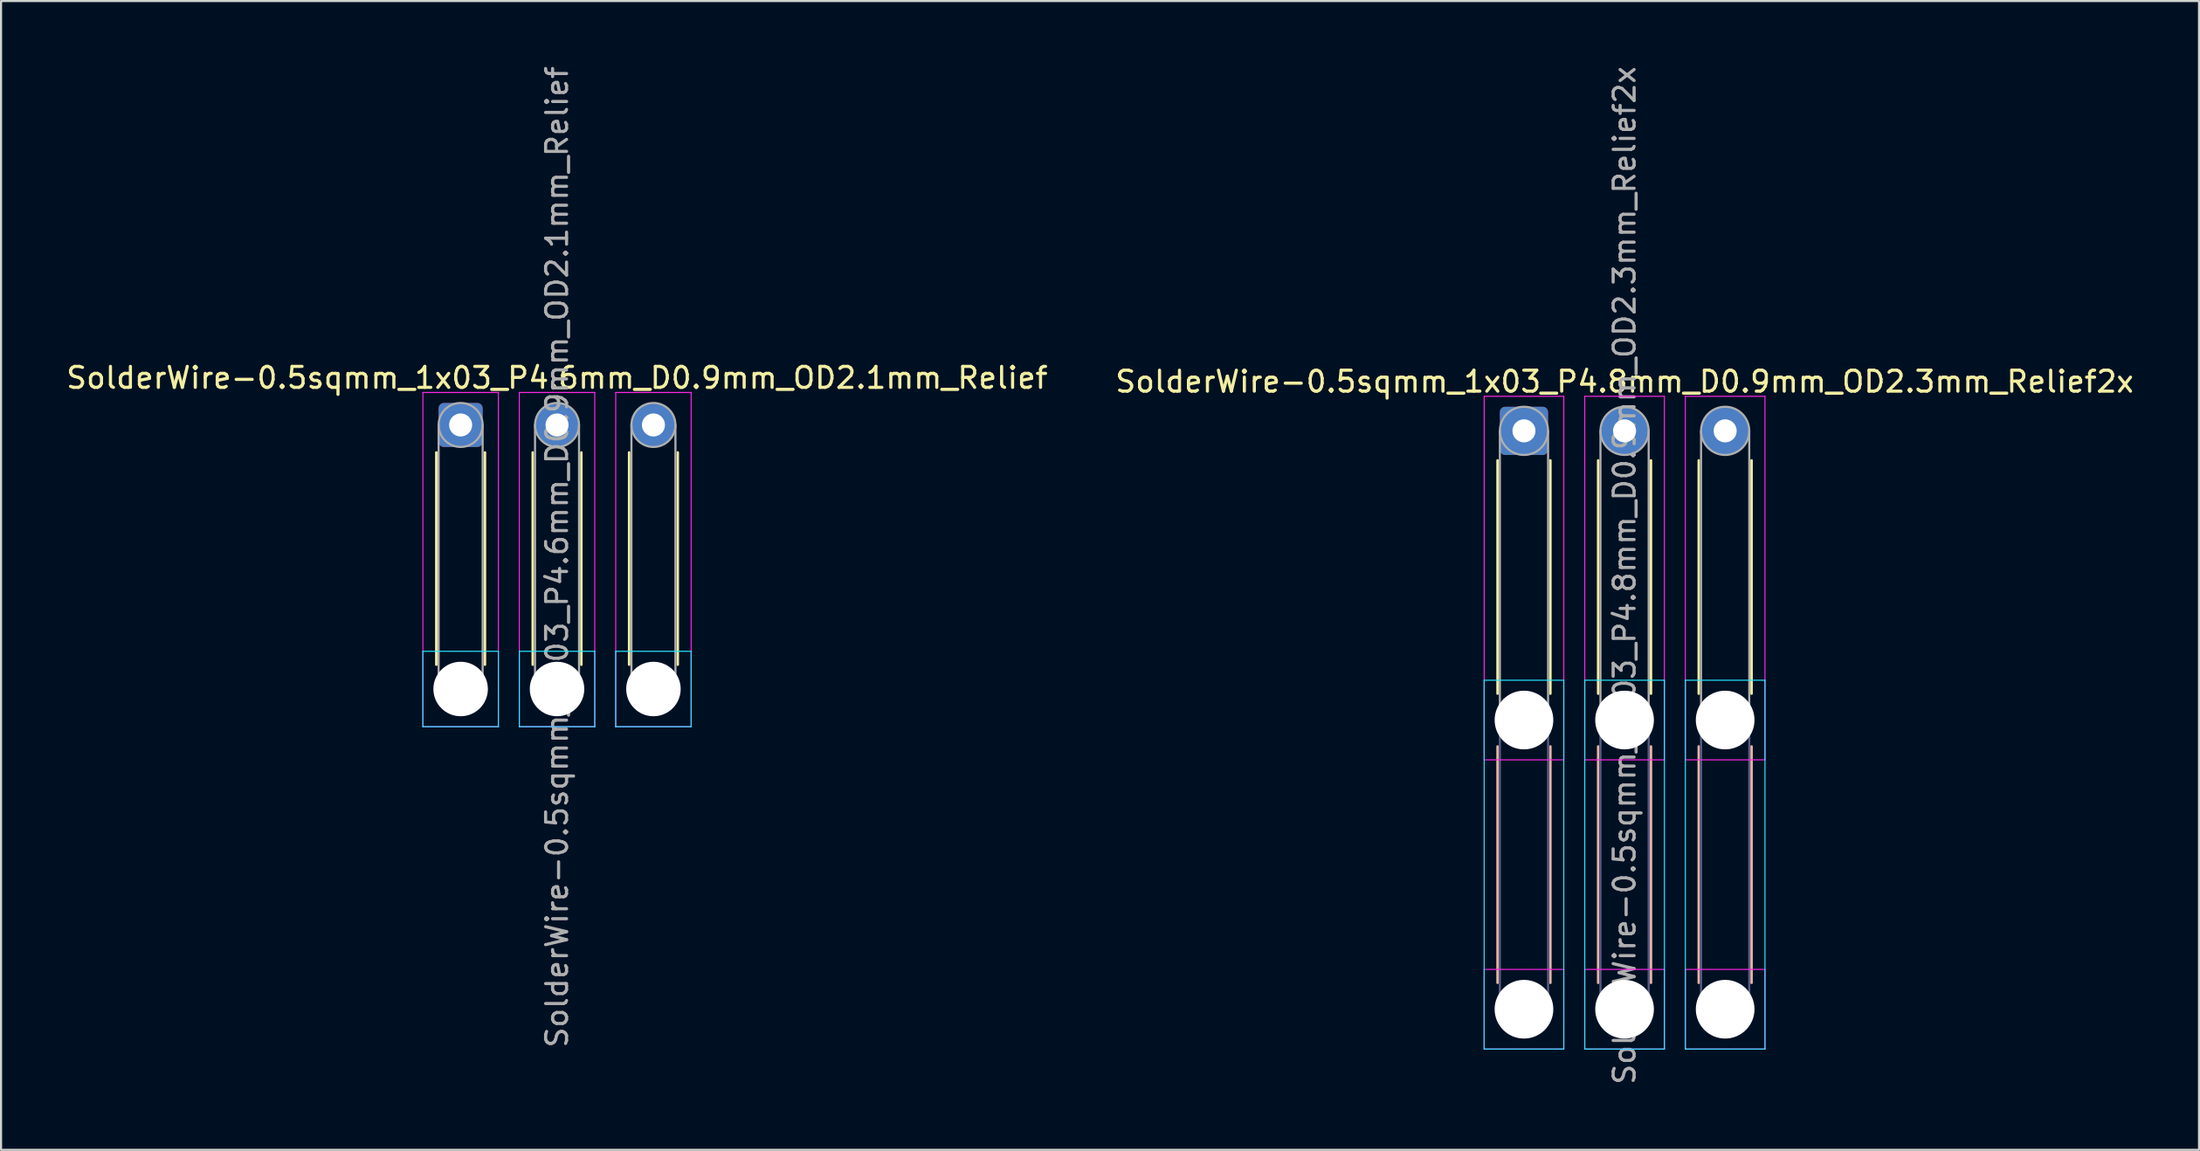
<source format=kicad_pcb>
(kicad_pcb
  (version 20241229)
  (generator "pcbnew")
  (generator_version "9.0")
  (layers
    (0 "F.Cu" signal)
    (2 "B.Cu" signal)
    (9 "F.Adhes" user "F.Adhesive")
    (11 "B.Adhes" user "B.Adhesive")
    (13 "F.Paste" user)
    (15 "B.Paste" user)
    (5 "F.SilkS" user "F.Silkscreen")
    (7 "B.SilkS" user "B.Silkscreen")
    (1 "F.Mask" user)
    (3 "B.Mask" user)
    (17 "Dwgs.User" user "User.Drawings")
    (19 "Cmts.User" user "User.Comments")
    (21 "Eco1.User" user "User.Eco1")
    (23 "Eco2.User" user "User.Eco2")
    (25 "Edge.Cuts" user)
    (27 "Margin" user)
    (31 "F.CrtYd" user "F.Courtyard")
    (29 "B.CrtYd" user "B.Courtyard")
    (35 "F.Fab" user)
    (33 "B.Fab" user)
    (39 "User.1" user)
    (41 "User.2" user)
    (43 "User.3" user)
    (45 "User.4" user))
  (footprint "SolderWire-0.5sqmm_1x03_P4.6mm_D0.9mm_OD2.1mm_Relief"
    (layer "F.Cu")
    (at 18.93 17.23)
    (property "Reference" "SolderWire-0.5sqmm_1x03_P4.6mm_D0.9mm_OD2.1mm_Relief" (at 4.6 -2.25 0) (layer "F.SilkS") (effects (font (size 1 1) (thickness 0.15))))
    (attr exclude_from_pos_files exclude_from_bom)
    (fp_line (start -1.16 1.31) (end -1.16 11.44) (stroke (width 0.12) (type solid)) (layer "F.SilkS"))
    (fp_line (start 1.16 1.31) (end 1.16 11.44) (stroke (width 0.12) (type solid)) (layer "F.SilkS"))
    (fp_line (start 3.44 1.31) (end 3.44 11.44) (stroke (width 0.12) (type solid)) (layer "F.SilkS"))
    (fp_line (start 5.76 1.31) (end 5.76 11.44) (stroke (width 0.12) (type solid)) (layer "F.SilkS"))
    (fp_line (start 8.04 1.31) (end 8.04 11.44) (stroke (width 0.12) (type solid)) (layer "F.SilkS"))
    (fp_line (start 10.36 1.31) (end 10.36 11.44) (stroke (width 0.12) (type solid)) (layer "F.SilkS"))
    (fp_line (start -1.8 10.8) (end -1.8 14.4) (stroke (width 0.05) (type solid)) (layer "B.CrtYd"))
    (fp_line (start -1.8 14.4) (end 1.8 14.4) (stroke (width 0.05) (type solid)) (layer "B.CrtYd"))
    (fp_line (start 1.8 10.8) (end -1.8 10.8) (stroke (width 0.05) (type solid)) (layer "B.CrtYd"))
    (fp_line (start 1.8 14.4) (end 1.8 10.8) (stroke (width 0.05) (type solid)) (layer "B.CrtYd"))
    (fp_line (start 2.8 10.8) (end 2.8 14.4) (stroke (width 0.05) (type solid)) (layer "B.CrtYd"))
    (fp_line (start 2.8 14.4) (end 6.4 14.4) (stroke (width 0.05) (type solid)) (layer "B.CrtYd"))
    (fp_line (start 6.4 10.8) (end 2.8 10.8) (stroke (width 0.05) (type solid)) (layer "B.CrtYd"))
    (fp_line (start 6.4 14.4) (end 6.4 10.8) (stroke (width 0.05) (type solid)) (layer "B.CrtYd"))
    (fp_line (start 7.4 10.8) (end 7.4 14.4) (stroke (width 0.05) (type solid)) (layer "B.CrtYd"))
    (fp_line (start 7.4 14.4) (end 11 14.4) (stroke (width 0.05) (type solid)) (layer "B.CrtYd"))
    (fp_line (start 11 10.8) (end 7.4 10.8) (stroke (width 0.05) (type solid)) (layer "B.CrtYd"))
    (fp_line (start 11 14.4) (end 11 10.8) (stroke (width 0.05) (type solid)) (layer "B.CrtYd"))
    (fp_line (start -1.8 -1.55) (end -1.8 14.4) (stroke (width 0.05) (type solid)) (layer "F.CrtYd"))
    (fp_line (start -1.8 14.4) (end 1.8 14.4) (stroke (width 0.05) (type solid)) (layer "F.CrtYd"))
    (fp_line (start 1.8 -1.55) (end -1.8 -1.55) (stroke (width 0.05) (type solid)) (layer "F.CrtYd"))
    (fp_line (start 1.8 14.4) (end 1.8 -1.55) (stroke (width 0.05) (type solid)) (layer "F.CrtYd"))
    (fp_line (start 2.8 -1.55) (end 2.8 14.4) (stroke (width 0.05) (type solid)) (layer "F.CrtYd"))
    (fp_line (start 2.8 14.4) (end 6.4 14.4) (stroke (width 0.05) (type solid)) (layer "F.CrtYd"))
    (fp_line (start 6.4 -1.55) (end 2.8 -1.55) (stroke (width 0.05) (type solid)) (layer "F.CrtYd"))
    (fp_line (start 6.4 14.4) (end 6.4 -1.55) (stroke (width 0.05) (type solid)) (layer "F.CrtYd"))
    (fp_line (start 7.4 -1.55) (end 7.4 14.4) (stroke (width 0.05) (type solid)) (layer "F.CrtYd"))
    (fp_line (start 7.4 14.4) (end 11 14.4) (stroke (width 0.05) (type solid)) (layer "F.CrtYd"))
    (fp_line (start 11 -1.55) (end 7.4 -1.55) (stroke (width 0.05) (type solid)) (layer "F.CrtYd"))
    (fp_line (start 11 14.4) (end 11 -1.55) (stroke (width 0.05) (type solid)) (layer "F.CrtYd"))
    (fp_line (start -1.05 0) (end -1.05 12.6) (stroke (width 0.1) (type solid)) (layer "F.Fab"))
    (fp_line (start 1.05 0) (end 1.05 12.6) (stroke (width 0.1) (type solid)) (layer "F.Fab"))
    (fp_line (start 3.55 0) (end 3.55 12.6) (stroke (width 0.1) (type solid)) (layer "F.Fab"))
    (fp_line (start 5.65 0) (end 5.65 12.6) (stroke (width 0.1) (type solid)) (layer "F.Fab"))
    (fp_line (start 8.15 0) (end 8.15 12.6) (stroke (width 0.1) (type solid)) (layer "F.Fab"))
    (fp_line (start 10.25 0) (end 10.25 12.6) (stroke (width 0.1) (type solid)) (layer "F.Fab"))
    (fp_circle (center 0 0) (end 1.05 0) (stroke (width 0.1) (type solid)) (fill no) (layer "F.Fab"))
    (fp_circle (center 0 12.6) (end 1.05 12.6) (stroke (width 0.1) (type solid)) (fill no) (layer "F.Fab"))
    (fp_circle (center 4.6 0) (end 5.65 0) (stroke (width 0.1) (type solid)) (fill no) (layer "F.Fab"))
    (fp_circle (center 4.6 12.6) (end 5.65 12.6) (stroke (width 0.1) (type solid)) (fill no) (layer "F.Fab"))
    (fp_circle (center 9.2 0) (end 10.25 0) (stroke (width 0.1) (type solid)) (fill no) (layer "F.Fab"))
    (fp_circle (center 9.2 12.6) (end 10.25 12.6) (stroke (width 0.1) (type solid)) (fill no) (layer "F.Fab"))
    (fp_text user "${REFERENCE}" (at 4.6 6.3 90) (layer "F.Fab") (effects (font (size 1 1) (thickness 0.15))))
    (pad "" np_thru_hole circle (at 0 12.6) (size 2.6 2.6) (drill 2.6) (layers "*.Cu" "*.Mask"))
    (pad "" np_thru_hole circle (at 4.6 12.6) (size 2.6 2.6) (drill 2.6) (layers "*.Cu" "*.Mask"))
    (pad "" np_thru_hole circle (at 9.2 12.6) (size 2.6 2.6) (drill 2.6) (layers "*.Cu" "*.Mask"))
    (pad "1" thru_hole roundrect (at 0 0) (size 2.1 2.1) (drill 1.1) (layers "*.Cu" "*.Mask") (roundrect_rratio 0.119))
    (pad "2" thru_hole circle (at 4.6 0) (size 2.1 2.1) (drill 1.1) (layers "*.Cu" "*.Mask"))
    (pad "3" thru_hole circle (at 9.2 0) (size 2.1 2.1) (drill 1.1) (layers "*.Cu" "*.Mask")))
  (footprint "SolderWire-0.5sqmm_1x03_P4.8mm_D0.9mm_OD2.3mm_Relief2x"
    (layer "F.Cu")
    (at 69.67 17.511)
    (property "Reference" "SolderWire-0.5sqmm_1x03_P4.8mm_D0.9mm_OD2.3mm_Relief2x" (at 4.8 -2.35 0) (layer "F.SilkS") (effects (font (size 1 1) (thickness 0.15))))
    (attr exclude_from_pos_files exclude_from_bom)
    (fp_line (start -1.26 1.41) (end -1.26 12.54) (stroke (width 0.12) (type solid)) (layer "F.SilkS"))
    (fp_line (start 1.26 1.41) (end 1.26 12.54) (stroke (width 0.12) (type solid)) (layer "F.SilkS"))
    (fp_line (start 3.54 1.41) (end 3.54 12.54) (stroke (width 0.12) (type solid)) (layer "F.SilkS"))
    (fp_line (start 6.06 1.41) (end 6.06 12.54) (stroke (width 0.12) (type solid)) (layer "F.SilkS"))
    (fp_line (start 8.34 1.41) (end 8.34 12.54) (stroke (width 0.12) (type solid)) (layer "F.SilkS"))
    (fp_line (start 10.86 1.41) (end 10.86 12.54) (stroke (width 0.12) (type solid)) (layer "F.SilkS"))
    (fp_line (start -1.26 15.06) (end -1.26 26.34) (stroke (width 0.12) (type solid)) (layer "B.SilkS"))
    (fp_line (start 1.26 15.06) (end 1.26 26.34) (stroke (width 0.12) (type solid)) (layer "B.SilkS"))
    (fp_line (start 3.54 15.06) (end 3.54 26.34) (stroke (width 0.12) (type solid)) (layer "B.SilkS"))
    (fp_line (start 6.06 15.06) (end 6.06 26.34) (stroke (width 0.12) (type solid)) (layer "B.SilkS"))
    (fp_line (start 8.34 15.06) (end 8.34 26.34) (stroke (width 0.12) (type solid)) (layer "B.SilkS"))
    (fp_line (start 10.86 15.06) (end 10.86 26.34) (stroke (width 0.12) (type solid)) (layer "B.SilkS"))
    (fp_line (start -1.9 11.9) (end -1.9 29.5) (stroke (width 0.05) (type solid)) (layer "B.CrtYd"))
    (fp_line (start -1.9 29.5) (end 1.9 29.5) (stroke (width 0.05) (type solid)) (layer "B.CrtYd"))
    (fp_line (start 1.9 11.9) (end -1.9 11.9) (stroke (width 0.05) (type solid)) (layer "B.CrtYd"))
    (fp_line (start 1.9 29.5) (end 1.9 11.9) (stroke (width 0.05) (type solid)) (layer "B.CrtYd"))
    (fp_line (start 2.9 11.9) (end 2.9 29.5) (stroke (width 0.05) (type solid)) (layer "B.CrtYd"))
    (fp_line (start 2.9 29.5) (end 6.7 29.5) (stroke (width 0.05) (type solid)) (layer "B.CrtYd"))
    (fp_line (start 6.7 11.9) (end 2.9 11.9) (stroke (width 0.05) (type solid)) (layer "B.CrtYd"))
    (fp_line (start 6.7 29.5) (end 6.7 11.9) (stroke (width 0.05) (type solid)) (layer "B.CrtYd"))
    (fp_line (start 7.7 11.9) (end 7.7 29.5) (stroke (width 0.05) (type solid)) (layer "B.CrtYd"))
    (fp_line (start 7.7 29.5) (end 11.5 29.5) (stroke (width 0.05) (type solid)) (layer "B.CrtYd"))
    (fp_line (start 11.5 11.9) (end 7.7 11.9) (stroke (width 0.05) (type solid)) (layer "B.CrtYd"))
    (fp_line (start 11.5 29.5) (end 11.5 11.9) (stroke (width 0.05) (type solid)) (layer "B.CrtYd"))
    (fp_line (start -1.9 -1.65) (end -1.9 15.7) (stroke (width 0.05) (type solid)) (layer "F.CrtYd"))
    (fp_line (start -1.9 15.7) (end 1.9 15.7) (stroke (width 0.05) (type solid)) (layer "F.CrtYd"))
    (fp_line (start -1.9 25.7) (end -1.9 29.5) (stroke (width 0.05) (type solid)) (layer "F.CrtYd"))
    (fp_line (start -1.9 29.5) (end 1.9 29.5) (stroke (width 0.05) (type solid)) (layer "F.CrtYd"))
    (fp_line (start 1.9 -1.65) (end -1.9 -1.65) (stroke (width 0.05) (type solid)) (layer "F.CrtYd"))
    (fp_line (start 1.9 15.7) (end 1.9 -1.65) (stroke (width 0.05) (type solid)) (layer "F.CrtYd"))
    (fp_line (start 1.9 25.7) (end -1.9 25.7) (stroke (width 0.05) (type solid)) (layer "F.CrtYd"))
    (fp_line (start 1.9 29.5) (end 1.9 25.7) (stroke (width 0.05) (type solid)) (layer "F.CrtYd"))
    (fp_line (start 2.9 -1.65) (end 2.9 15.7) (stroke (width 0.05) (type solid)) (layer "F.CrtYd"))
    (fp_line (start 2.9 15.7) (end 6.7 15.7) (stroke (width 0.05) (type solid)) (layer "F.CrtYd"))
    (fp_line (start 2.9 25.7) (end 2.9 29.5) (stroke (width 0.05) (type solid)) (layer "F.CrtYd"))
    (fp_line (start 2.9 29.5) (end 6.7 29.5) (stroke (width 0.05) (type solid)) (layer "F.CrtYd"))
    (fp_line (start 6.7 -1.65) (end 2.9 -1.65) (stroke (width 0.05) (type solid)) (layer "F.CrtYd"))
    (fp_line (start 6.7 15.7) (end 6.7 -1.65) (stroke (width 0.05) (type solid)) (layer "F.CrtYd"))
    (fp_line (start 6.7 25.7) (end 2.9 25.7) (stroke (width 0.05) (type solid)) (layer "F.CrtYd"))
    (fp_line (start 6.7 29.5) (end 6.7 25.7) (stroke (width 0.05) (type solid)) (layer "F.CrtYd"))
    (fp_line (start 7.7 -1.65) (end 7.7 15.7) (stroke (width 0.05) (type solid)) (layer "F.CrtYd"))
    (fp_line (start 7.7 15.7) (end 11.5 15.7) (stroke (width 0.05) (type solid)) (layer "F.CrtYd"))
    (fp_line (start 7.7 25.7) (end 7.7 29.5) (stroke (width 0.05) (type solid)) (layer "F.CrtYd"))
    (fp_line (start 7.7 29.5) (end 11.5 29.5) (stroke (width 0.05) (type solid)) (layer "F.CrtYd"))
    (fp_line (start 11.5 -1.65) (end 7.7 -1.65) (stroke (width 0.05) (type solid)) (layer "F.CrtYd"))
    (fp_line (start 11.5 15.7) (end 11.5 -1.65) (stroke (width 0.05) (type solid)) (layer "F.CrtYd"))
    (fp_line (start 11.5 25.7) (end 7.7 25.7) (stroke (width 0.05) (type solid)) (layer "F.CrtYd"))
    (fp_line (start 11.5 29.5) (end 11.5 25.7) (stroke (width 0.05) (type solid)) (layer "F.CrtYd"))
    (fp_line (start -1.15 13.8) (end -1.15 27.6) (stroke (width 0.1) (type solid)) (layer "B.Fab"))
    (fp_line (start 1.15 13.8) (end 1.15 27.6) (stroke (width 0.1) (type solid)) (layer "B.Fab"))
    (fp_line (start 3.65 13.8) (end 3.65 27.6) (stroke (width 0.1) (type solid)) (layer "B.Fab"))
    (fp_line (start 5.95 13.8) (end 5.95 27.6) (stroke (width 0.1) (type solid)) (layer "B.Fab"))
    (fp_line (start 8.45 13.8) (end 8.45 27.6) (stroke (width 0.1) (type solid)) (layer "B.Fab"))
    (fp_line (start 10.75 13.8) (end 10.75 27.6) (stroke (width 0.1) (type solid)) (layer "B.Fab"))
    (fp_circle (center 0 13.8) (end 1.15 13.8) (stroke (width 0.1) (type solid)) (fill no) (layer "B.Fab"))
    (fp_circle (center 0 27.6) (end 1.15 27.6) (stroke (width 0.1) (type solid)) (fill no) (layer "B.Fab"))
    (fp_circle (center 4.8 13.8) (end 5.95 13.8) (stroke (width 0.1) (type solid)) (fill no) (layer "B.Fab"))
    (fp_circle (center 4.8 27.6) (end 5.95 27.6) (stroke (width 0.1) (type solid)) (fill no) (layer "B.Fab"))
    (fp_circle (center 9.6 13.8) (end 10.75 13.8) (stroke (width 0.1) (type solid)) (fill no) (layer "B.Fab"))
    (fp_circle (center 9.6 27.6) (end 10.75 27.6) (stroke (width 0.1) (type solid)) (fill no) (layer "B.Fab"))
    (fp_line (start -1.15 0) (end -1.15 13.8) (stroke (width 0.1) (type solid)) (layer "F.Fab"))
    (fp_line (start 1.15 0) (end 1.15 13.8) (stroke (width 0.1) (type solid)) (layer "F.Fab"))
    (fp_line (start 3.65 0) (end 3.65 13.8) (stroke (width 0.1) (type solid)) (layer "F.Fab"))
    (fp_line (start 5.95 0) (end 5.95 13.8) (stroke (width 0.1) (type solid)) (layer "F.Fab"))
    (fp_line (start 8.45 0) (end 8.45 13.8) (stroke (width 0.1) (type solid)) (layer "F.Fab"))
    (fp_line (start 10.75 0) (end 10.75 13.8) (stroke (width 0.1) (type solid)) (layer "F.Fab"))
    (fp_circle (center 0 0) (end 1.15 0) (stroke (width 0.1) (type solid)) (fill no) (layer "F.Fab"))
    (fp_circle (center 0 13.8) (end 1.15 13.8) (stroke (width 0.1) (type solid)) (fill no) (layer "F.Fab"))
    (fp_circle (center 0 27.6) (end 1.15 27.6) (stroke (width 0.1) (type solid)) (fill no) (layer "F.Fab"))
    (fp_circle (center 4.8 0) (end 5.95 0) (stroke (width 0.1) (type solid)) (fill no) (layer "F.Fab"))
    (fp_circle (center 4.8 13.8) (end 5.95 13.8) (stroke (width 0.1) (type solid)) (fill no) (layer "F.Fab"))
    (fp_circle (center 4.8 27.6) (end 5.95 27.6) (stroke (width 0.1) (type solid)) (fill no) (layer "F.Fab"))
    (fp_circle (center 9.6 0) (end 10.75 0) (stroke (width 0.1) (type solid)) (fill no) (layer "F.Fab"))
    (fp_circle (center 9.6 13.8) (end 10.75 13.8) (stroke (width 0.1) (type solid)) (fill no) (layer "F.Fab"))
    (fp_circle (center 9.6 27.6) (end 10.75 27.6) (stroke (width 0.1) (type solid)) (fill no) (layer "F.Fab"))
    (fp_text user "${REFERENCE}" (at 4.8 6.9 90) (layer "F.Fab") (effects (font (size 1 1) (thickness 0.15))))
    (pad "" np_thru_hole circle (at 0 13.8) (size 2.8 2.8) (drill 2.8) (layers "*.Cu" "*.Mask"))
    (pad "" np_thru_hole circle (at 0 27.6) (size 2.8 2.8) (drill 2.8) (layers "*.Cu" "*.Mask"))
    (pad "" np_thru_hole circle (at 4.8 13.8) (size 2.8 2.8) (drill 2.8) (layers "*.Cu" "*.Mask"))
    (pad "" np_thru_hole circle (at 4.8 27.6) (size 2.8 2.8) (drill 2.8) (layers "*.Cu" "*.Mask"))
    (pad "" np_thru_hole circle (at 9.6 13.8) (size 2.8 2.8) (drill 2.8) (layers "*.Cu" "*.Mask"))
    (pad "" np_thru_hole circle (at 9.6 27.6) (size 2.8 2.8) (drill 2.8) (layers "*.Cu" "*.Mask"))
    (pad "1" thru_hole roundrect (at 0 0) (size 2.3 2.3) (drill 1.1) (layers "*.Cu" "*.Mask") (roundrect_rratio 0.109))
    (pad "2" thru_hole circle (at 4.8 0) (size 2.3 2.3) (drill 1.1) (layers "*.Cu" "*.Mask"))
    (pad "3" thru_hole circle (at 9.6 0) (size 2.3 2.3) (drill 1.1) (layers "*.Cu" "*.Mask")))
  (gr_rect
    (start -3 -3)
    (end 101.881 51.821)
    (stroke (width 0.1) (type default))
    (fill no)
    (layer "Edge.Cuts")))
</source>
